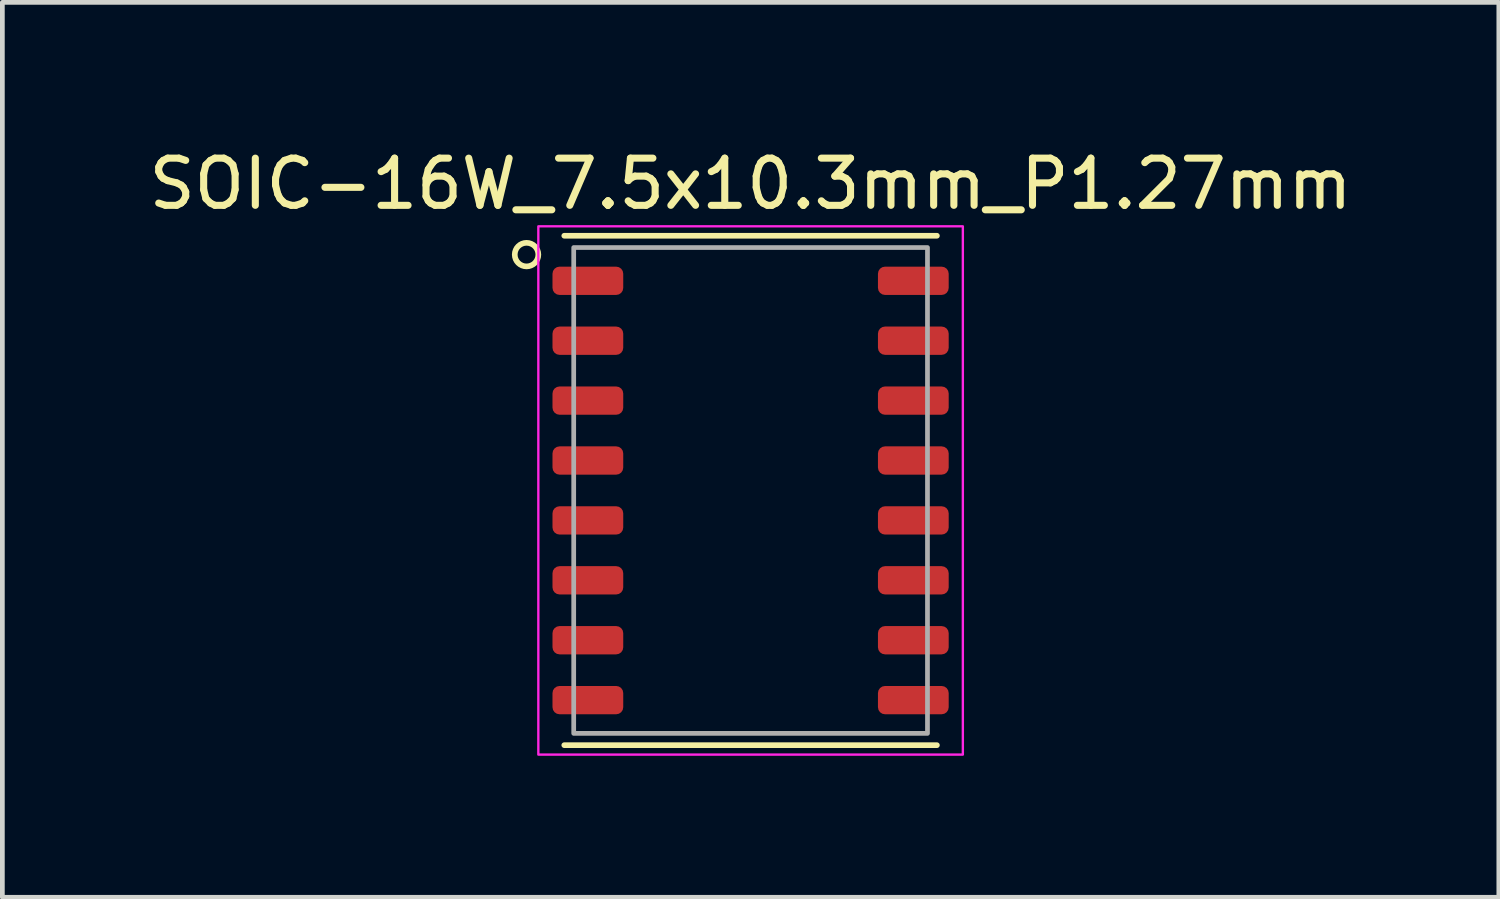
<source format=kicad_pcb>
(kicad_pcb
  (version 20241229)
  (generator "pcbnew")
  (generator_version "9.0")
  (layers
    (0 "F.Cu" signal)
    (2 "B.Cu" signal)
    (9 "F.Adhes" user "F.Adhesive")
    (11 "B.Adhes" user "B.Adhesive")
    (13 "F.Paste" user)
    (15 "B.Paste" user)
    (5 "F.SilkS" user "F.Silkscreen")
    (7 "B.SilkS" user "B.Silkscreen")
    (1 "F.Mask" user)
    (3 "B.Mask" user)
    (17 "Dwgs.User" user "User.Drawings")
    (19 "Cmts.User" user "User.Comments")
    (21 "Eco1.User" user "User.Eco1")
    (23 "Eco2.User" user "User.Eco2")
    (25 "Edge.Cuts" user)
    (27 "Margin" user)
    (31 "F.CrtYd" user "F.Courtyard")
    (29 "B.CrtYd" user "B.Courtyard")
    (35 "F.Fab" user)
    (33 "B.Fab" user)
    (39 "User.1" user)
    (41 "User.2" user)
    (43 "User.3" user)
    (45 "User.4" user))
  (footprint "SOIC-16W_7.5x10.3mm_P1.27mm"
    (layer "F.Cu")
    (at 12.863 7.348)
    (property "Reference" "SOIC-16W_7.5x10.3mm_P1.27mm" (at 0 -6.5 0) (layer "F.SilkS") (effects (font (size 1 1) (thickness 0.15))))
    (attr smd)
    (fp_line (start -3.95 -5.4) (end 3.95 -5.4) (stroke (width 0.12) (type solid)) (layer "F.SilkS"))
    (fp_line (start -3.95 5.4) (end 3.95 5.4) (stroke (width 0.12) (type solid)) (layer "F.SilkS"))
    (fp_circle (center -4.75 -5) (end -4.5 -5) (stroke (width 0.12) (type solid)) (fill no) (layer "F.SilkS"))
    (fp_rect (start -4.5 -5.6) (end 4.5 5.6) (stroke (width 0.05) (type default)) (fill no) (layer "F.CrtYd"))
    (fp_rect (start -3.75 -5.15) (end 3.75 5.15) (stroke (width 0.1) (type default)) (fill no) (layer "F.Fab"))
    (pad "1" smd roundrect (at -3.45 -4.445) (size 1.5 0.6) (layers "F.Cu" "F.Mask" "F.Paste") (roundrect_rratio 0.25))
    (pad "2" smd roundrect (at -3.45 -3.175) (size 1.5 0.6) (layers "F.Cu" "F.Mask" "F.Paste") (roundrect_rratio 0.25))
    (pad "3" smd roundrect (at -3.45 -1.905) (size 1.5 0.6) (layers "F.Cu" "F.Mask" "F.Paste") (roundrect_rratio 0.25))
    (pad "4" smd roundrect (at -3.45 -0.635) (size 1.5 0.6) (layers "F.Cu" "F.Mask" "F.Paste") (roundrect_rratio 0.25))
    (pad "5" smd roundrect (at -3.45 0.635) (size 1.5 0.6) (layers "F.Cu" "F.Mask" "F.Paste") (roundrect_rratio 0.25))
    (pad "6" smd roundrect (at -3.45 1.905) (size 1.5 0.6) (layers "F.Cu" "F.Mask" "F.Paste") (roundrect_rratio 0.25))
    (pad "7" smd roundrect (at -3.45 3.175) (size 1.5 0.6) (layers "F.Cu" "F.Mask" "F.Paste") (roundrect_rratio 0.25))
    (pad "8" smd roundrect (at -3.45 4.445) (size 1.5 0.6) (layers "F.Cu" "F.Mask" "F.Paste") (roundrect_rratio 0.25))
    (pad "9" smd roundrect (at 3.45 4.445) (size 1.5 0.6) (layers "F.Cu" "F.Mask" "F.Paste") (roundrect_rratio 0.25))
    (pad "10" smd roundrect (at 3.45 3.175) (size 1.5 0.6) (layers "F.Cu" "F.Mask" "F.Paste") (roundrect_rratio 0.25))
    (pad "11" smd roundrect (at 3.45 1.905) (size 1.5 0.6) (layers "F.Cu" "F.Mask" "F.Paste") (roundrect_rratio 0.25))
    (pad "12" smd roundrect (at 3.45 0.635) (size 1.5 0.6) (layers "F.Cu" "F.Mask" "F.Paste") (roundrect_rratio 0.25))
    (pad "13" smd roundrect (at 3.45 -0.635) (size 1.5 0.6) (layers "F.Cu" "F.Mask" "F.Paste") (roundrect_rratio 0.25))
    (pad "14" smd roundrect (at 3.45 -1.905) (size 1.5 0.6) (layers "F.Cu" "F.Mask" "F.Paste") (roundrect_rratio 0.25))
    (pad "15" smd roundrect (at 3.45 -3.175) (size 1.5 0.6) (layers "F.Cu" "F.Mask" "F.Paste") (roundrect_rratio 0.25))
    (pad "16" smd roundrect (at 3.45 -4.445) (size 1.5 0.6) (layers "F.Cu" "F.Mask" "F.Paste") (roundrect_rratio 0.25)))
  (gr_rect
    (start -3 -3)
    (end 28.726 15.973)
    (stroke (width 0.1) (type default))
    (fill no)
    (layer "Edge.Cuts")))
</source>
